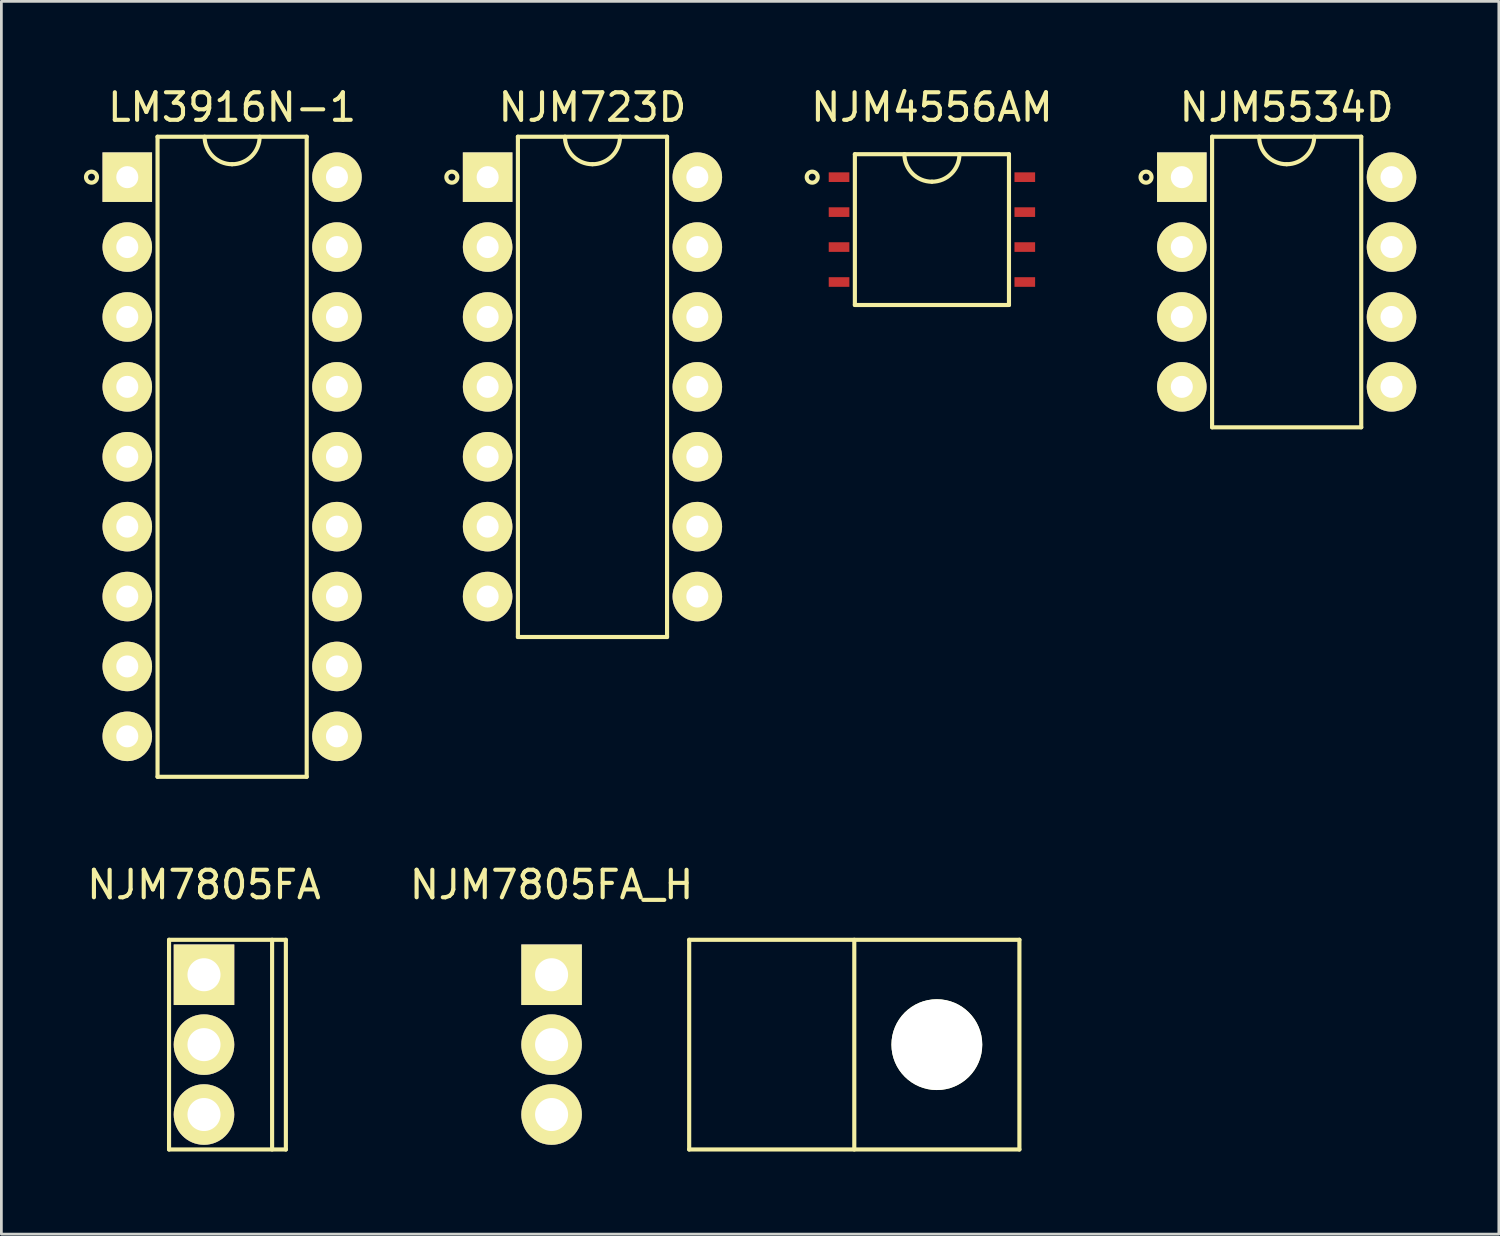
<source format=kicad_pcb>
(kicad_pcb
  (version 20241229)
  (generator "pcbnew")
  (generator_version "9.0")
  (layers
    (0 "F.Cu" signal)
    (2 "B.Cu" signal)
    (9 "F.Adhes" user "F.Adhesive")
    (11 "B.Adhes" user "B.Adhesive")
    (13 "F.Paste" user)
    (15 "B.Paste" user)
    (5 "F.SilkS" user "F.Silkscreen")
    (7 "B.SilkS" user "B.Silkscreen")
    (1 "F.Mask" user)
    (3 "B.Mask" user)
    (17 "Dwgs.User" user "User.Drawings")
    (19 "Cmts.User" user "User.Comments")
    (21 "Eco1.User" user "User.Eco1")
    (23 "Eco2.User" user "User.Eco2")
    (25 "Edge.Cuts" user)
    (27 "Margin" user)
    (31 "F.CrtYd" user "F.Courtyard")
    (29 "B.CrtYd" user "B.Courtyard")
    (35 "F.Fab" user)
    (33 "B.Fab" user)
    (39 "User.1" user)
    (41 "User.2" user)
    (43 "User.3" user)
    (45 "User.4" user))
  (footprint "NJM4556AM"
    (layer "F.Cu")
    (at 27.44 3.388)
    (property "Reference" "NJM4556AM" (at 3.375 -2.54 0) (layer "F.SilkS") (effects (font (size 1 1) (thickness 0.15))))
    (attr through_hole)
    (fp_line (start 0.575 -0.835) (end 6.175 -0.835) (stroke (width 0.15) (type solid)) (layer "F.SilkS"))
    (fp_line (start 0.575 4.645) (end 0.575 -0.835) (stroke (width 0.15) (type solid)) (layer "F.SilkS"))
    (fp_line (start 6.175 -0.835) (end 6.175 4.645) (stroke (width 0.15) (type solid)) (layer "F.SilkS"))
    (fp_line (start 6.175 4.645) (end 0.575 4.645) (stroke (width 0.15) (type solid)) (layer "F.SilkS"))
    (fp_arc (start 3.375 0.165) (mid 2.667893 -0.127893) (end 2.375 -0.835) (stroke (width 0.15) (type solid)) (layer "F.SilkS"))
    (fp_arc (start 4.375 -0.835) (mid 4.082107 -0.127893) (end 3.375 0.165) (stroke (width 0.15) (type solid)) (layer "F.SilkS"))
    (fp_circle (center -0.975 0) (end -0.975 0.2) (stroke (width 0.15) (type solid)) (fill no) (layer "F.SilkS"))
    (pad "1" smd rect (at 0 0) (size 0.75 0.35) (layers "F.Cu" "F.Mask" "F.Paste"))
    (pad "2" smd rect (at 0 1.27) (size 0.75 0.35) (layers "F.Cu" "F.Mask" "F.Paste"))
    (pad "3" smd rect (at 0 2.54) (size 0.75 0.35) (layers "F.Cu" "F.Mask" "F.Paste"))
    (pad "4" smd rect (at 0 3.81) (size 0.75 0.35) (layers "F.Cu" "F.Mask" "F.Paste"))
    (pad "5" smd rect (at 6.75 3.81) (size 0.75 0.35) (layers "F.Cu" "F.Mask" "F.Paste"))
    (pad "6" smd rect (at 6.75 2.54) (size 0.75 0.35) (layers "F.Cu" "F.Mask" "F.Paste"))
    (pad "7" smd rect (at 6.75 1.27) (size 0.75 0.35) (layers "F.Cu" "F.Mask" "F.Paste"))
    (pad "8" smd rect (at 6.75 0) (size 0.75 0.35) (layers "F.Cu" "F.Mask" "F.Paste")))
  (footprint "LM3916N-1"
    (layer "F.Cu")
    (at 1.575 3.388)
    (property "Reference" "LM3916N-1" (at 3.81 -2.54 0) (layer "F.SilkS") (effects (font (size 1 1) (thickness 0.15))))
    (attr through_hole)
    (fp_line (start 1.1 -1.47) (end 6.52 -1.47) (stroke (width 0.15) (type solid)) (layer "F.SilkS"))
    (fp_line (start 1.1 21.79) (end 1.1 -1.47) (stroke (width 0.15) (type solid)) (layer "F.SilkS"))
    (fp_line (start 6.52 -1.47) (end 6.52 21.79) (stroke (width 0.15) (type solid)) (layer "F.SilkS"))
    (fp_line (start 6.52 21.79) (end 1.1 21.79) (stroke (width 0.15) (type solid)) (layer "F.SilkS"))
    (fp_arc (start 3.81 -0.47) (mid 3.102893 -0.762893) (end 2.81 -1.47) (stroke (width 0.15) (type solid)) (layer "F.SilkS"))
    (fp_arc (start 4.81 -1.47) (mid 4.517107 -0.762893) (end 3.81 -0.47) (stroke (width 0.15) (type solid)) (layer "F.SilkS"))
    (fp_circle (center -1.3 0) (end -1.3 0.2) (stroke (width 0.15) (type solid)) (fill no) (layer "F.SilkS"))
    (pad "1" thru_hole rect (at 0 0) (size 1.8 1.8) (drill 0.8) (layers "*.Cu" "*.Mask" "F.SilkS"))
    (pad "2" thru_hole circle (at 0 2.54) (size 1.8 1.8) (drill 0.8) (layers "*.Cu" "*.Mask" "F.SilkS"))
    (pad "3" thru_hole circle (at 0 5.08) (size 1.8 1.8) (drill 0.8) (layers "*.Cu" "*.Mask" "F.SilkS"))
    (pad "4" thru_hole circle (at 0 7.62) (size 1.8 1.8) (drill 0.8) (layers "*.Cu" "*.Mask" "F.SilkS"))
    (pad "5" thru_hole circle (at 0 10.16) (size 1.8 1.8) (drill 0.8) (layers "*.Cu" "*.Mask" "F.SilkS"))
    (pad "6" thru_hole circle (at 0 12.7) (size 1.8 1.8) (drill 0.8) (layers "*.Cu" "*.Mask" "F.SilkS"))
    (pad "7" thru_hole circle (at 0 15.24) (size 1.8 1.8) (drill 0.8) (layers "*.Cu" "*.Mask" "F.SilkS"))
    (pad "8" thru_hole circle (at 0 17.78) (size 1.8 1.8) (drill 0.8) (layers "*.Cu" "*.Mask" "F.SilkS"))
    (pad "9" thru_hole circle (at 0 20.32) (size 1.8 1.8) (drill 0.8) (layers "*.Cu" "*.Mask" "F.SilkS"))
    (pad "10" thru_hole circle (at 7.62 20.32) (size 1.8 1.8) (drill 0.8) (layers "*.Cu" "*.Mask" "F.SilkS"))
    (pad "11" thru_hole circle (at 7.62 17.78) (size 1.8 1.8) (drill 0.8) (layers "*.Cu" "*.Mask" "F.SilkS"))
    (pad "12" thru_hole circle (at 7.62 15.24) (size 1.8 1.8) (drill 0.8) (layers "*.Cu" "*.Mask" "F.SilkS"))
    (pad "13" thru_hole circle (at 7.62 12.7) (size 1.8 1.8) (drill 0.8) (layers "*.Cu" "*.Mask" "F.SilkS"))
    (pad "14" thru_hole circle (at 7.62 10.16) (size 1.8 1.8) (drill 0.8) (layers "*.Cu" "*.Mask" "F.SilkS"))
    (pad "15" thru_hole circle (at 7.62 7.62) (size 1.8 1.8) (drill 0.8) (layers "*.Cu" "*.Mask" "F.SilkS"))
    (pad "16" thru_hole circle (at 7.62 5.08) (size 1.8 1.8) (drill 0.8) (layers "*.Cu" "*.Mask" "F.SilkS"))
    (pad "17" thru_hole circle (at 7.62 2.54) (size 1.8 1.8) (drill 0.8) (layers "*.Cu" "*.Mask" "F.SilkS"))
    (pad "18" thru_hole circle (at 7.62 0) (size 1.8 1.8) (drill 0.8) (layers "*.Cu" "*.Mask" "F.SilkS")))
  (footprint "NJM7805FA_H"
    (layer "F.Cu")
    (at 16.994 32.371)
    (property "Reference" "NJM7805FA_H" (at 0 -3.27 0) (layer "F.SilkS") (effects (font (size 1 1) (thickness 0.15))))
    (attr through_hole)
    (fp_line (start 5 -1.27) (end 5 6.35) (stroke (width 0.15) (type solid)) (layer "F.SilkS"))
    (fp_line (start 5 -1.27) (end 17 -1.27) (stroke (width 0.15) (type solid)) (layer "F.SilkS"))
    (fp_line (start 5 6.35) (end 17 6.35) (stroke (width 0.15) (type solid)) (layer "F.SilkS"))
    (fp_line (start 11 -1.27) (end 11 6.35) (stroke (width 0.15) (type solid)) (layer "F.SilkS"))
    (fp_line (start 17 -1.27) (end 17 6.35) (stroke (width 0.15) (type solid)) (layer "F.SilkS"))
    (pad "" np_thru_hole circle (at 14 2.54) (size 3.3 3.3) (drill 3.3) (layers "*.Cu" "*.Mask" "F.SilkS"))
    (pad "1" thru_hole rect (at 0 0) (size 2.2 2.2) (drill 1.2) (layers "*.Cu" "*.Mask" "F.SilkS"))
    (pad "2" thru_hole circle (at 0 2.54) (size 2.2 2.2) (drill 1.2) (layers "*.Cu" "*.Mask" "F.SilkS"))
    (pad "3" thru_hole circle (at 0 5.08) (size 2.2 2.2) (drill 1.2) (layers "*.Cu" "*.Mask" "F.SilkS")))
  (footprint "NJM723D"
    (layer "F.Cu")
    (at 14.67 3.388)
    (property "Reference" "NJM723D" (at 3.81 -2.54 0) (layer "F.SilkS") (effects (font (size 1 1) (thickness 0.15))))
    (attr through_hole)
    (fp_line (start 1.1 -1.47) (end 6.52 -1.47) (stroke (width 0.15) (type solid)) (layer "F.SilkS"))
    (fp_line (start 1.1 16.71) (end 1.1 -1.47) (stroke (width 0.15) (type solid)) (layer "F.SilkS"))
    (fp_line (start 6.52 -1.47) (end 6.52 16.71) (stroke (width 0.15) (type solid)) (layer "F.SilkS"))
    (fp_line (start 6.52 16.71) (end 1.1 16.71) (stroke (width 0.15) (type solid)) (layer "F.SilkS"))
    (fp_arc (start 3.81 -0.47) (mid 3.102893 -0.762893) (end 2.81 -1.47) (stroke (width 0.15) (type solid)) (layer "F.SilkS"))
    (fp_arc (start 4.81 -1.47) (mid 4.517107 -0.762893) (end 3.81 -0.47) (stroke (width 0.15) (type solid)) (layer "F.SilkS"))
    (fp_circle (center -1.3 0) (end -1.3 0.2) (stroke (width 0.15) (type solid)) (fill no) (layer "F.SilkS"))
    (pad "1" thru_hole rect (at 0 0) (size 1.8 1.8) (drill 0.8) (layers "*.Cu" "*.Mask" "F.SilkS"))
    (pad "2" thru_hole circle (at 0 2.54) (size 1.8 1.8) (drill 0.8) (layers "*.Cu" "*.Mask" "F.SilkS"))
    (pad "3" thru_hole circle (at 0 5.08) (size 1.8 1.8) (drill 0.8) (layers "*.Cu" "*.Mask" "F.SilkS"))
    (pad "4" thru_hole circle (at 0 7.62) (size 1.8 1.8) (drill 0.8) (layers "*.Cu" "*.Mask" "F.SilkS"))
    (pad "5" thru_hole circle (at 0 10.16) (size 1.8 1.8) (drill 0.8) (layers "*.Cu" "*.Mask" "F.SilkS"))
    (pad "6" thru_hole circle (at 0 12.7) (size 1.8 1.8) (drill 0.8) (layers "*.Cu" "*.Mask" "F.SilkS"))
    (pad "7" thru_hole circle (at 0 15.24) (size 1.8 1.8) (drill 0.8) (layers "*.Cu" "*.Mask" "F.SilkS"))
    (pad "8" thru_hole circle (at 7.62 15.24) (size 1.8 1.8) (drill 0.8) (layers "*.Cu" "*.Mask" "F.SilkS"))
    (pad "9" thru_hole circle (at 7.62 12.7) (size 1.8 1.8) (drill 0.8) (layers "*.Cu" "*.Mask" "F.SilkS"))
    (pad "10" thru_hole circle (at 7.62 10.16) (size 1.8 1.8) (drill 0.8) (layers "*.Cu" "*.Mask" "F.SilkS"))
    (pad "11" thru_hole circle (at 7.62 7.62) (size 1.8 1.8) (drill 0.8) (layers "*.Cu" "*.Mask" "F.SilkS"))
    (pad "12" thru_hole circle (at 7.62 5.08) (size 1.8 1.8) (drill 0.8) (layers "*.Cu" "*.Mask" "F.SilkS"))
    (pad "13" thru_hole circle (at 7.62 2.54) (size 1.8 1.8) (drill 0.8) (layers "*.Cu" "*.Mask" "F.SilkS"))
    (pad "14" thru_hole circle (at 7.62 0) (size 1.8 1.8) (drill 0.8) (layers "*.Cu" "*.Mask" "F.SilkS")))
  (footprint "NJM7805FA"
    (layer "F.Cu")
    (at 4.363 32.371)
    (property "Reference" "NJM7805FA" (at 0 -3.27 0) (layer "F.SilkS") (effects (font (size 1 1) (thickness 0.15))))
    (attr through_hole)
    (fp_line (start -1.27 -1.27) (end -1.27 6.35) (stroke (width 0.15) (type solid)) (layer "F.SilkS"))
    (fp_line (start -1.27 -1.27) (end 2.975 -1.27) (stroke (width 0.15) (type solid)) (layer "F.SilkS"))
    (fp_line (start -1.27 6.35) (end 2.975 6.35) (stroke (width 0.15) (type solid)) (layer "F.SilkS"))
    (fp_line (start 2.475 -1.27) (end 2.475 6.35) (stroke (width 0.15) (type solid)) (layer "F.SilkS"))
    (fp_line (start 2.975 -1.27) (end 2.975 6.35) (stroke (width 0.15) (type solid)) (layer "F.SilkS"))
    (pad "1" thru_hole rect (at 0 0) (size 2.2 2.2) (drill 1.2) (layers "*.Cu" "*.Mask" "F.SilkS"))
    (pad "2" thru_hole circle (at 0 2.54) (size 2.2 2.2) (drill 1.2) (layers "*.Cu" "*.Mask" "F.SilkS"))
    (pad "3" thru_hole circle (at 0 5.08) (size 2.2 2.2) (drill 1.2) (layers "*.Cu" "*.Mask" "F.SilkS")))
  (footprint "NJM5534D"
    (layer "F.Cu")
    (at 39.896 3.388)
    (property "Reference" "NJM5534D" (at 3.81 -2.54 0) (layer "F.SilkS") (effects (font (size 1 1) (thickness 0.15))))
    (attr through_hole)
    (fp_line (start 1.1 -1.47) (end 6.52 -1.47) (stroke (width 0.15) (type solid)) (layer "F.SilkS"))
    (fp_line (start 1.1 9.09) (end 1.1 -1.47) (stroke (width 0.15) (type solid)) (layer "F.SilkS"))
    (fp_line (start 6.52 -1.47) (end 6.52 9.09) (stroke (width 0.15) (type solid)) (layer "F.SilkS"))
    (fp_line (start 6.52 9.09) (end 1.1 9.09) (stroke (width 0.15) (type solid)) (layer "F.SilkS"))
    (fp_arc (start 3.81 -0.47) (mid 3.102893 -0.762893) (end 2.81 -1.47) (stroke (width 0.15) (type solid)) (layer "F.SilkS"))
    (fp_arc (start 4.81 -1.47) (mid 4.517107 -0.762893) (end 3.81 -0.47) (stroke (width 0.15) (type solid)) (layer "F.SilkS"))
    (fp_circle (center -1.3 0) (end -1.3 0.2) (stroke (width 0.15) (type solid)) (fill no) (layer "F.SilkS"))
    (pad "1" thru_hole rect (at 0 0) (size 1.8 1.8) (drill 0.8) (layers "*.Cu" "*.Mask" "F.SilkS"))
    (pad "2" thru_hole circle (at 0 2.54) (size 1.8 1.8) (drill 0.8) (layers "*.Cu" "*.Mask" "F.SilkS"))
    (pad "3" thru_hole circle (at 0 5.08) (size 1.8 1.8) (drill 0.8) (layers "*.Cu" "*.Mask" "F.SilkS"))
    (pad "4" thru_hole circle (at 0 7.62) (size 1.8 1.8) (drill 0.8) (layers "*.Cu" "*.Mask" "F.SilkS"))
    (pad "5" thru_hole circle (at 7.62 7.62) (size 1.8 1.8) (drill 0.8) (layers "*.Cu" "*.Mask" "F.SilkS"))
    (pad "6" thru_hole circle (at 7.62 5.08) (size 1.8 1.8) (drill 0.8) (layers "*.Cu" "*.Mask" "F.SilkS"))
    (pad "7" thru_hole circle (at 7.62 2.54) (size 1.8 1.8) (drill 0.8) (layers "*.Cu" "*.Mask" "F.SilkS"))
    (pad "8" thru_hole circle (at 7.62 0) (size 1.8 1.8) (drill 0.8) (layers "*.Cu" "*.Mask" "F.SilkS")))
  (gr_rect
    (start -3 -3)
    (end 51.416 41.797)
    (stroke (width 0.1) (type default))
    (fill no)
    (layer "Edge.Cuts")))
</source>
